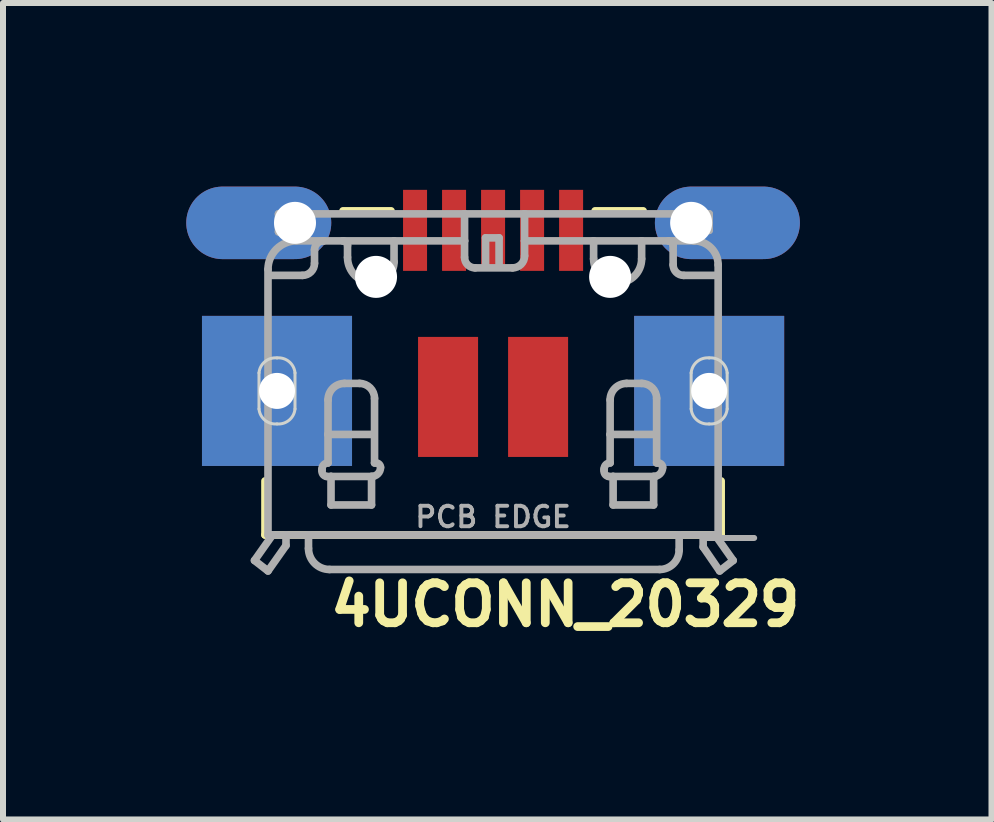
<source format=kicad_pcb>
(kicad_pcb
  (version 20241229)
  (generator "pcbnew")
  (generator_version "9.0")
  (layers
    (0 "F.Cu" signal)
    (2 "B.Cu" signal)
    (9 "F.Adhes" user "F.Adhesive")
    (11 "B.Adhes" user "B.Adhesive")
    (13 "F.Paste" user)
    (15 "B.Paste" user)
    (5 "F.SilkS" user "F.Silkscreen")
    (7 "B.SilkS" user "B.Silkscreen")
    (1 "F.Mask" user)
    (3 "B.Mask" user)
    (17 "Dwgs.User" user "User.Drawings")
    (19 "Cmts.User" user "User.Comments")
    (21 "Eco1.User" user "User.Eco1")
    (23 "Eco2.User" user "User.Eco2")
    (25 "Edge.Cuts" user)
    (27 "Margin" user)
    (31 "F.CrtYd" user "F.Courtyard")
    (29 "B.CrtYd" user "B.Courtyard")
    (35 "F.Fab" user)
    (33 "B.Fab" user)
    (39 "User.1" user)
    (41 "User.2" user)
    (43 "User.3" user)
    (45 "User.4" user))
  (footprint "4UCONN_20329"
    (layer "F.Cu")
    (at 5.165 1.563)
    (property "Reference" "4UCONN_20329" (at -2.778 5.852 0) (layer "F.SilkS") (effects (font (size 0.666 0.666) (thickness 0.146)) (justify left bottom)))
    (fp_poly (pts (xy -1.55 -0.05) (xy -1.05 -0.05) (xy -1.05 -1.5) (xy -1.55 -1.5)) (stroke (width 0.1) (type solid)) (fill no) (layer "F.Mask"))
    (fp_poly (pts (xy -0.9 -0.05) (xy -0.4 -0.05) (xy -0.4 -1.5) (xy -0.9 -1.5)) (stroke (width 0.1) (type solid)) (fill no) (layer "F.Mask"))
    (fp_poly (pts (xy -0.25 -0.05) (xy 0.25 -0.05) (xy 0.25 -1.5) (xy -0.25 -1.5)) (stroke (width 0.1) (type solid)) (fill no) (layer "F.Mask"))
    (fp_poly (pts (xy 0.4 -0.05) (xy 0.9 -0.05) (xy 0.9 -1.5) (xy 0.4 -1.5)) (stroke (width 0.1) (type solid)) (fill no) (layer "F.Mask"))
    (fp_poly (pts (xy 1.05 -0.05) (xy 1.55 -0.05) (xy 1.55 -1.5) (xy 1.05 -1.5)) (stroke (width 0.1) (type solid)) (fill no) (layer "F.Mask"))
    (fp_line (start -3.8 3.4) (end -3.8 4.3) (stroke (width 0.127) (type solid)) (layer "F.SilkS"))
    (fp_line (start -3.8 4.3) (end 3.8 4.3) (stroke (width 0.127) (type solid)) (layer "F.SilkS"))
    (fp_line (start -2.5 -1.1) (end -1.7 -1.1) (stroke (width 0.127) (type solid)) (layer "F.SilkS"))
    (fp_line (start 1.7 -1.1) (end 2.5 -1.1) (stroke (width 0.127) (type solid)) (layer "F.SilkS"))
    (fp_line (start 3.8 4.3) (end 3.8 3.4) (stroke (width 0.127) (type solid)) (layer "F.SilkS"))
    (fp_poly (pts (xy -4.85 3.15) (xy -2.35 3.15) (xy -2.35 0.65) (xy -4.85 0.65)) (stroke (width 0.1) (type solid)) (fill no) (layer "F.Paste"))
    (fp_poly (pts (xy 2.35 3.15) (xy 4.85 3.15) (xy 4.85 0.65) (xy 2.35 0.65)) (stroke (width 0.1) (type solid)) (fill no) (layer "F.Paste"))
    (fp_poly (pts (xy -3.186 -1.499) (xy -3.03 -1.442) (xy -2.893 -1.346) (xy -2.786 -1.219) (xy -2.715 -1.067) (xy -2.686 -0.9) (xy -2.715 -0.733) (xy -2.786 -0.581) (xy -2.893 -0.454) (xy -3.03 -0.358) (xy -3.186 -0.301) (xy -3.347 -0.286) (xy -4.457 -0.286) (xy -4.767 -0.355) (xy -4.907 -0.454) (xy -5.014 -0.581) (xy -5.085 -0.733) (xy -5.115 -0.904) (xy -5.017 -1.215) (xy -4.907 -1.346) (xy -4.77 -1.442) (xy -4.614 -1.499) (xy -4.453 -1.514) (xy -3.347 -1.514)) (stroke (width 0.1) (type solid)) (fill no) (layer "F.Paste"))
    (fp_poly (pts (xy 4.614 -1.499) (xy 4.77 -1.442) (xy 4.907 -1.346) (xy 5.014 -1.219) (xy 5.085 -1.067) (xy 5.114 -0.9) (xy 5.085 -0.733) (xy 5.014 -0.581) (xy 4.907 -0.454) (xy 4.77 -0.358) (xy 4.614 -0.301) (xy 4.453 -0.286) (xy 3.343 -0.286) (xy 3.033 -0.355) (xy 2.893 -0.454) (xy 2.786 -0.581) (xy 2.715 -0.733) (xy 2.685 -0.904) (xy 2.783 -1.215) (xy 2.893 -1.346) (xy 3.03 -1.442) (xy 3.186 -1.499) (xy 3.347 -1.514) (xy 4.453 -1.514)) (stroke (width 0.1) (type solid)) (fill no) (layer "F.Paste"))
    (fp_line (start -3.9 2.2) (end -3.9 1.6) (stroke (width 0.05) (type solid)) (layer "Edge.Cuts"))
    (fp_line (start -3.3 1.6) (end -3.3 2.2) (stroke (width 0.05) (type solid)) (layer "Edge.Cuts"))
    (fp_line (start 3.3 2.2) (end 3.3 1.6) (stroke (width 0.05) (type solid)) (layer "Edge.Cuts"))
    (fp_line (start 3.9 1.6) (end 3.9 2.2) (stroke (width 0.05) (type solid)) (layer "Edge.Cuts"))
    (fp_arc (start -3.9 1.6) (mid -3.801777 1.412868) (end -3.6 1.35) (stroke (width 0.05) (type solid)) (layer "Edge.Cuts"))
    (fp_arc (start -3.6 1.35) (mid -3.398223 1.412868) (end -3.3 1.6) (stroke (width 0.05) (type solid)) (layer "Edge.Cuts"))
    (fp_arc (start -3.6 2.45) (mid -3.801777 2.387132) (end -3.9 2.2) (stroke (width 0.05) (type solid)) (layer "Edge.Cuts"))
    (fp_arc (start -3.3 2.2) (mid -3.398223 2.387132) (end -3.6 2.45) (stroke (width 0.05) (type solid)) (layer "Edge.Cuts"))
    (fp_arc (start 3.3 1.6) (mid 3.398223 1.412868) (end 3.6 1.35) (stroke (width 0.05) (type solid)) (layer "Edge.Cuts"))
    (fp_arc (start 3.6 1.35) (mid 3.801777 1.412868) (end 3.9 1.6) (stroke (width 0.05) (type solid)) (layer "Edge.Cuts"))
    (fp_arc (start 3.6 2.45) (mid 3.398223 2.387132) (end 3.3 2.2) (stroke (width 0.05) (type solid)) (layer "Edge.Cuts"))
    (fp_arc (start 3.9 2.2) (mid 3.801777 2.387132) (end 3.6 2.45) (stroke (width 0.05) (type solid)) (layer "Edge.Cuts"))
    (fp_line (start -3.975 4.725) (end -3.75 4.9) (stroke (width 0.127) (type solid)) (layer "F.Fab"))
    (fp_line (start -3.975 4.725) (end -3.675 4.3) (stroke (width 0.127) (type solid)) (layer "F.Fab"))
    (fp_line (start -3.75 -0.125) (end -3.75 4.3) (stroke (width 0.127) (type solid)) (layer "F.Fab"))
    (fp_line (start -3.75 4.3) (end -3.675 4.3) (stroke (width 0.127) (type solid)) (layer "F.Fab"))
    (fp_line (start -3.75 4.9) (end -3.45 4.475) (stroke (width 0.127) (type solid)) (layer "F.Fab"))
    (fp_line (start -3.725 -0.025) (end -3.175 -0.025) (stroke (width 0.127) (type solid)) (layer "F.Fab"))
    (fp_line (start -3.675 4.3) (end -3.45 4.3) (stroke (width 0.127) (type solid)) (layer "F.Fab"))
    (fp_line (start -3.575 -1.05) (end -0.475 -1.05) (stroke (width 0.127) (type solid)) (layer "F.Fab"))
    (fp_line (start -3.575 -0.75) (end -3.575 -1.05) (stroke (width 0.127) (type solid)) (layer "F.Fab"))
    (fp_line (start -3.45 4.3) (end -3.075 4.3) (stroke (width 0.127) (type solid)) (layer "F.Fab"))
    (fp_line (start -3.45 4.475) (end -3.45 4.3) (stroke (width 0.127) (type solid)) (layer "F.Fab"))
    (fp_line (start -3.425 -0.75) (end -3.575 -0.75) (stroke (width 0.127) (type solid)) (layer "F.Fab"))
    (fp_line (start -3.425 -0.625) (end -3.425 -0.75) (stroke (width 0.127) (type solid)) (layer "F.Fab"))
    (fp_line (start -3.075 4.3) (end -3.075 4.525) (stroke (width 0.127) (type solid)) (layer "F.Fab"))
    (fp_line (start -3.075 4.3) (end 3.1 4.3) (stroke (width 0.127) (type solid)) (layer "F.Fab"))
    (fp_line (start -2.975 -0.225) (end -2.975 -0.45) (stroke (width 0.127) (type solid)) (layer "F.Fab"))
    (fp_line (start -2.85 3.225) (end -2.85 3.2) (stroke (width 0.127) (type solid)) (layer "F.Fab"))
    (fp_line (start -2.825 -0.6) (end -3.275 -0.6) (stroke (width 0.127) (type solid)) (layer "F.Fab"))
    (fp_line (start -2.825 -0.6) (end -2.5 -0.6) (stroke (width 0.127) (type solid)) (layer "F.Fab"))
    (fp_line (start -2.75 2.625) (end -2.75 2.05) (stroke (width 0.127) (type solid)) (layer "F.Fab"))
    (fp_line (start -2.75 2.625) (end -2 2.625) (stroke (width 0.127) (type solid)) (layer "F.Fab"))
    (fp_line (start -2.75 3.1) (end -2.75 2.625) (stroke (width 0.127) (type solid)) (layer "F.Fab"))
    (fp_line (start -2.725 4.875) (end 2.775 4.875) (stroke (width 0.127) (type solid)) (layer "F.Fab"))
    (fp_line (start -2.7 3.325) (end -2.775 3.325) (stroke (width 0.127) (type solid)) (layer "F.Fab"))
    (fp_line (start -2.7 3.325) (end -2 3.325) (stroke (width 0.127) (type solid)) (layer "F.Fab"))
    (fp_line (start -2.7 3.8) (end -2.7 3.325) (stroke (width 0.127) (type solid)) (layer "F.Fab"))
    (fp_line (start -2.475 1.775) (end -2.225 1.775) (stroke (width 0.127) (type solid)) (layer "F.Fab"))
    (fp_line (start -2.425 -0.525) (end -2.425 -0.325) (stroke (width 0.127) (type solid)) (layer "F.Fab"))
    (fp_line (start -2.025 3.325) (end -2.025 3.8) (stroke (width 0.127) (type solid)) (layer "F.Fab"))
    (fp_line (start -2.025 3.8) (end -2.7 3.8) (stroke (width 0.127) (type solid)) (layer "F.Fab"))
    (fp_line (start -1.975 2.025) (end -1.975 3.1) (stroke (width 0.127) (type solid)) (layer "F.Fab"))
    (fp_line (start -1.975 3.1) (end -1.95 3.1) (stroke (width 0.127) (type solid)) (layer "F.Fab"))
    (fp_line (start -1.65 -0.6) (end -2.5 -0.6) (stroke (width 0.127) (type solid)) (layer "F.Fab"))
    (fp_line (start -1.65 -0.25) (end -1.65 -0.6) (stroke (width 0.127) (type solid)) (layer "F.Fab"))
    (fp_line (start -0.475 -1.05) (end 0.525 -1.05) (stroke (width 0.127) (type solid)) (layer "F.Fab"))
    (fp_line (start -0.475 -0.6) (end -1.65 -0.6) (stroke (width 0.127) (type solid)) (layer "F.Fab"))
    (fp_line (start -0.475 -0.6) (end -0.475 -1.05) (stroke (width 0.127) (type solid)) (layer "F.Fab"))
    (fp_line (start -0.475 -0.325) (end -0.475 -0.6) (stroke (width 0.127) (type solid)) (layer "F.Fab"))
    (fp_line (start -0.125 -0.65) (end 0.1 -0.65) (stroke (width 0.127) (type solid)) (layer "F.Fab"))
    (fp_line (start -0.125 -0.175) (end -0.125 -0.65) (stroke (width 0.127) (type solid)) (layer "F.Fab"))
    (fp_line (start 0.1 -0.65) (end 0.1 -0.175) (stroke (width 0.127) (type solid)) (layer "F.Fab"))
    (fp_line (start 0.325 -0.15) (end -0.3 -0.15) (stroke (width 0.127) (type solid)) (layer "F.Fab"))
    (fp_line (start 0.525 -1.05) (end 0.525 -0.6) (stroke (width 0.127) (type solid)) (layer "F.Fab"))
    (fp_line (start 0.525 -1.05) (end 3.6 -1.05) (stroke (width 0.127) (type solid)) (layer "F.Fab"))
    (fp_line (start 0.525 -0.6) (end 0.525 -0.35) (stroke (width 0.127) (type solid)) (layer "F.Fab"))
    (fp_line (start 1.675 -0.6) (end 0.525 -0.6) (stroke (width 0.127) (type solid)) (layer "F.Fab"))
    (fp_line (start 1.675 -0.6) (end 1.675 -0.3) (stroke (width 0.127) (type solid)) (layer "F.Fab"))
    (fp_line (start 1.85 3.225) (end 1.85 3.2) (stroke (width 0.127) (type solid)) (layer "F.Fab"))
    (fp_line (start 1.95 2.625) (end 1.95 2.05) (stroke (width 0.127) (type solid)) (layer "F.Fab"))
    (fp_line (start 1.95 2.625) (end 2.7 2.625) (stroke (width 0.127) (type solid)) (layer "F.Fab"))
    (fp_line (start 1.95 3.1) (end 1.95 2.625) (stroke (width 0.127) (type solid)) (layer "F.Fab"))
    (fp_line (start 2 3.325) (end 1.925 3.325) (stroke (width 0.127) (type solid)) (layer "F.Fab"))
    (fp_line (start 2 3.325) (end 2.7 3.325) (stroke (width 0.127) (type solid)) (layer "F.Fab"))
    (fp_line (start 2 3.8) (end 2 3.325) (stroke (width 0.127) (type solid)) (layer "F.Fab"))
    (fp_line (start 2.225 1.775) (end 2.475 1.775) (stroke (width 0.127) (type solid)) (layer "F.Fab"))
    (fp_line (start 2.475 -0.6) (end 1.675 -0.6) (stroke (width 0.127) (type solid)) (layer "F.Fab"))
    (fp_line (start 2.475 -0.6) (end 2.925 -0.6) (stroke (width 0.127) (type solid)) (layer "F.Fab"))
    (fp_line (start 2.475 -0.3) (end 2.475 -0.6) (stroke (width 0.127) (type solid)) (layer "F.Fab"))
    (fp_line (start 2.675 3.325) (end 2.675 3.8) (stroke (width 0.127) (type solid)) (layer "F.Fab"))
    (fp_line (start 2.675 3.8) (end 2 3.8) (stroke (width 0.127) (type solid)) (layer "F.Fab"))
    (fp_line (start 2.725 2.025) (end 2.725 3.1) (stroke (width 0.127) (type solid)) (layer "F.Fab"))
    (fp_line (start 2.725 3.1) (end 2.75 3.1) (stroke (width 0.127) (type solid)) (layer "F.Fab"))
    (fp_line (start 3 -0.525) (end 3 -0.2) (stroke (width 0.127) (type solid)) (layer "F.Fab"))
    (fp_line (start 3.1 4.3) (end 3.7 4.3) (stroke (width 0.127) (type solid)) (layer "F.Fab"))
    (fp_line (start 3.1 4.55) (end 3.1 4.3) (stroke (width 0.127) (type solid)) (layer "F.Fab"))
    (fp_line (start 3.175 -0.025) (end 3.725 -0.025) (stroke (width 0.127) (type solid)) (layer "F.Fab"))
    (fp_line (start 3.35 -0.775) (end 3.35 -0.6) (stroke (width 0.127) (type solid)) (layer "F.Fab"))
    (fp_line (start 3.35 -0.6) (end 2.925 -0.6) (stroke (width 0.127) (type solid)) (layer "F.Fab"))
    (fp_line (start 3.5 4.35) (end 4.35 4.35) (stroke (width 0.1) (type solid)) (layer "F.Fab"))
    (fp_line (start 3.5 4.5) (end 3.5 4.35) (stroke (width 0.127) (type solid)) (layer "F.Fab"))
    (fp_line (start 3.6 -1.05) (end 3.6 -0.775) (stroke (width 0.127) (type solid)) (layer "F.Fab"))
    (fp_line (start 3.6 -0.775) (end 3.35 -0.775) (stroke (width 0.127) (type solid)) (layer "F.Fab"))
    (fp_line (start 3.7 4.3) (end 3.75 4.3) (stroke (width 0.127) (type solid)) (layer "F.Fab"))
    (fp_line (start 3.7 4.3) (end 4 4.725) (stroke (width 0.127) (type solid)) (layer "F.Fab"))
    (fp_line (start 3.75 4.3) (end 3.75 -0.2) (stroke (width 0.127) (type solid)) (layer "F.Fab"))
    (fp_line (start 3.775 4.9) (end 3.5 4.5) (stroke (width 0.127) (type solid)) (layer "F.Fab"))
    (fp_line (start 4 4.725) (end 3.775 4.9) (stroke (width 0.127) (type solid)) (layer "F.Fab"))
    (fp_arc (start -3.750001 -0.124999) (mid -3.610876 -0.460875) (end -3.275 -0.6) (stroke (width 0.127) (type solid)) (layer "F.Fab"))
    (fp_arc (start -2.975 -0.45) (mid -2.931066 -0.556066) (end -2.825 -0.6) (stroke (width 0.127) (type solid)) (layer "F.Fab"))
    (fp_arc (start -2.975 -0.225) (mid -3.033579 -0.083579) (end -3.175 -0.025) (stroke (width 0.127) (type solid)) (layer "F.Fab"))
    (fp_arc (start -2.85 3.2) (mid -2.820711 3.129289) (end -2.75 3.1) (stroke (width 0.127) (type solid)) (layer "F.Fab"))
    (fp_arc (start -2.775 3.325) (mid -2.833211 3.290533) (end -2.85 3.225) (stroke (width 0.127) (type solid)) (layer "F.Fab"))
    (fp_arc (start -2.75 2.05) (mid -2.669454 1.855546) (end -2.475 1.775) (stroke (width 0.127) (type solid)) (layer "F.Fab"))
    (fp_arc (start -2.725 4.875) (mid -2.972487 4.772487) (end -3.075 4.525) (stroke (width 0.127) (type solid)) (layer "F.Fab"))
    (fp_arc (start -2.5 -0.6) (mid -2.446967 -0.578033) (end -2.425 -0.525) (stroke (width 0.127) (type solid)) (layer "F.Fab"))
    (fp_arc (start -2.225 1.775) (mid -2.048223 1.848223) (end -1.975 2.025) (stroke (width 0.127) (type solid)) (layer "F.Fab"))
    (fp_arc (start -2 0.1) (mid -2.30052 -0.02448) (end -2.425 -0.325) (stroke (width 0.127) (type solid)) (layer "F.Fab"))
    (fp_arc (start -1.95 3.1) (mid -1.896967 3.121967) (end -1.875 3.175) (stroke (width 0.127) (type solid)) (layer "F.Fab"))
    (fp_arc (start -1.875 3.175) (mid -1.918934 3.281066) (end -2.025 3.325) (stroke (width 0.127) (type solid)) (layer "F.Fab"))
    (fp_arc (start -1.65 -0.25) (mid -1.752513 -0.002513) (end -2 0.1) (stroke (width 0.127) (type solid)) (layer "F.Fab"))
    (fp_arc (start -0.3 -0.15) (mid -0.423744 -0.201256) (end -0.475 -0.325) (stroke (width 0.127) (type solid)) (layer "F.Fab"))
    (fp_arc (start 0.525 -0.35) (mid 0.466421 -0.208579) (end 0.325 -0.15) (stroke (width 0.127) (type solid)) (layer "F.Fab"))
    (fp_arc (start 1.85 3.2) (mid 1.879289 3.129289) (end 1.95 3.1) (stroke (width 0.127) (type solid)) (layer "F.Fab"))
    (fp_arc (start 1.925 3.325) (mid 1.866789 3.290533) (end 1.85 3.225) (stroke (width 0.127) (type solid)) (layer "F.Fab"))
    (fp_arc (start 1.95 2.05) (mid 2.030546 1.855546) (end 2.225 1.775) (stroke (width 0.127) (type solid)) (layer "F.Fab"))
    (fp_arc (start 2.075 0.1) (mid 1.792157 -0.017157) (end 1.675 -0.3) (stroke (width 0.127) (type solid)) (layer "F.Fab"))
    (fp_arc (start 2.475 -0.3) (mid 2.357843 -0.017157) (end 2.075 0.1) (stroke (width 0.127) (type solid)) (layer "F.Fab"))
    (fp_arc (start 2.475 1.775) (mid 2.651777 1.848223) (end 2.725 2.025) (stroke (width 0.127) (type solid)) (layer "F.Fab"))
    (fp_arc (start 2.75 3.1) (mid 2.803033 3.121967) (end 2.825 3.175) (stroke (width 0.127) (type solid)) (layer "F.Fab"))
    (fp_arc (start 2.825 3.175) (mid 2.781066 3.281066) (end 2.675 3.325) (stroke (width 0.127) (type solid)) (layer "F.Fab"))
    (fp_arc (start 2.925 -0.6) (mid 2.978033 -0.578033) (end 3 -0.525) (stroke (width 0.127) (type solid)) (layer "F.Fab"))
    (fp_arc (start 3.1 4.55) (mid 3.00481 4.77981) (end 2.775 4.875) (stroke (width 0.127) (type solid)) (layer "F.Fab"))
    (fp_arc (start 3.175 -0.025) (mid 3.051256 -0.076256) (end 3 -0.2) (stroke (width 0.127) (type solid)) (layer "F.Fab"))
    (fp_arc (start 3.349999 -0.599999) (mid 3.632842 -0.482842) (end 3.75 -0.2) (stroke (width 0.127) (type solid)) (layer "F.Fab"))
    (fp_text user "PCB EDGE" (at 0 4 0) (layer "F.Fab") (effects (font (size 0.341 0.341) (thickness 0.065))))
    (pad "" np_thru_hole circle (at -1.95 0) (size 0.7 0.7) (drill 0.7) (layers "*.Cu" "*.Mask"))
    (pad "" np_thru_hole circle (at 1.95 0) (size 0.7 0.7) (drill 0.7) (layers "*.Cu" "*.Mask"))
    (pad "BASE@1" smd rect (at -0.75 2 90) (size 2 1) (layers "F.Cu" "F.Mask" "F.Paste"))
    (pad "BASE@2" smd rect (at 0.75 2 90) (size 2 1) (layers "F.Cu" "F.Mask" "F.Paste"))
    (pad "D+" smd rect (at 0 -0.775) (size 0.4 1.35) (layers "F.Cu" "F.Paste"))
    (pad "D-" smd rect (at -0.65 -0.775) (size 0.4 1.35) (layers "F.Cu" "F.Paste"))
    (pad "GND" smd rect (at 1.3 -0.775) (size 0.4 1.35) (layers "F.Cu" "F.Paste"))
    (pad "ID" smd rect (at 0.65 -0.775) (size 0.4 1.35) (layers "F.Cu" "F.Paste"))
    (pad "SPRT@1" thru_hole oval (at -3.3 -0.9 180) (size 2.416 1.208) (drill 0.7 (offset 0.604 0)) (layers "*.Cu" "*.Mask"))
    (pad "SPRT@2" thru_hole oval (at 3.3 -0.9) (size 2.416 1.208) (drill 0.7 (offset 0.604 0)) (layers "*.Cu" "*.Mask"))
    (pad "SPRT@3" thru_hole rect (at -3.6 1.9 90) (size 2.5 2.5) (drill 0.6) (layers "*.Cu" "*.Mask"))
    (pad "SPRT@4" thru_hole rect (at 3.6 1.9 90) (size 2.5 2.5) (drill 0.6) (layers "*.Cu" "*.Mask"))
    (pad "VBUS" smd rect (at -1.3 -0.775) (size 0.4 1.35) (layers "F.Cu" "F.Paste")))
  (gr_rect
    (start -3 -3)
    (end 13.469 10.603)
    (stroke (width 0.1) (type default))
    (fill no)
    (layer "Edge.Cuts")))
</source>
